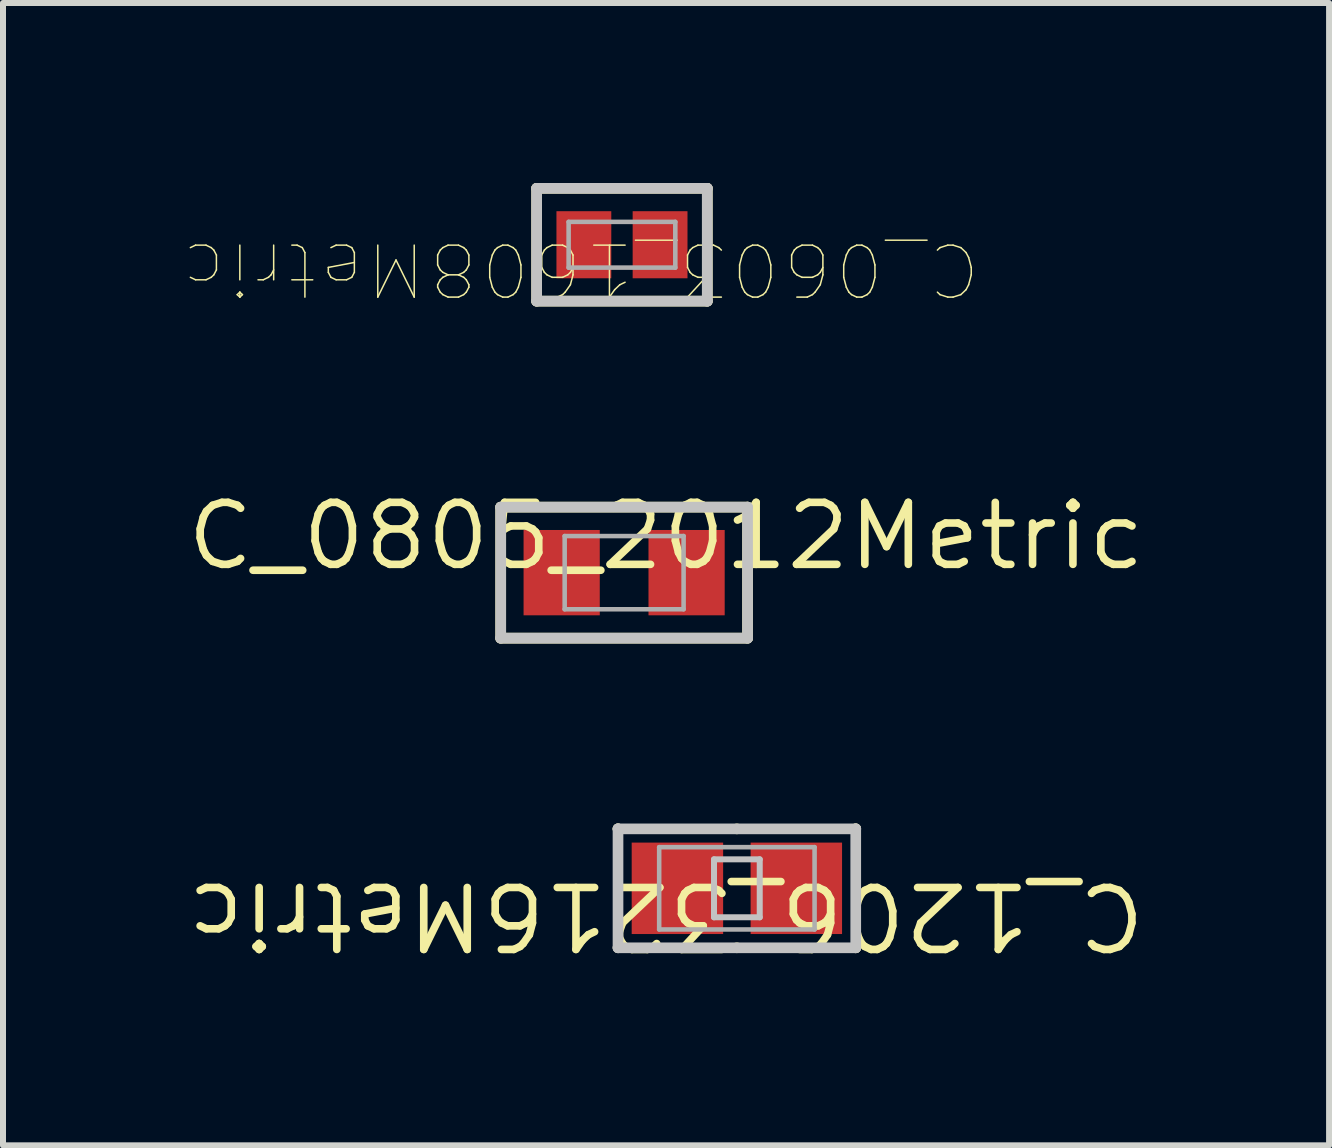
<source format=kicad_pcb>
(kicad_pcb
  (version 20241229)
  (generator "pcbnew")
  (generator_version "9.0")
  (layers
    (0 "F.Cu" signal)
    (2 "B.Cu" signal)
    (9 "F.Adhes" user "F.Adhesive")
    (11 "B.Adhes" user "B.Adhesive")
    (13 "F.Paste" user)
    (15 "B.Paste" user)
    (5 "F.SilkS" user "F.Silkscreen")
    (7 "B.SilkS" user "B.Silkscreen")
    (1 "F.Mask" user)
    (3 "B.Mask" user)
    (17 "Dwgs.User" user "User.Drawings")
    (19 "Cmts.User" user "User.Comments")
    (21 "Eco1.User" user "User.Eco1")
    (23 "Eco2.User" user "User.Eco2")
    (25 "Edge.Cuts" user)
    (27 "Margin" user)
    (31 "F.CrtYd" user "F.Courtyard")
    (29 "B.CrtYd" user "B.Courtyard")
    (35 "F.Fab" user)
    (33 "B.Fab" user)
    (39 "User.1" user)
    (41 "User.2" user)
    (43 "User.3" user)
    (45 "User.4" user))
  (footprint "C_0603_1608Metric"
    (layer "F.Cu")
    (at 7.316 1.029)
    (property "Reference" "C_0603_1608Metric" (at -0.686 0.406 180) (unlocked yes) (layer "F.SilkS") (effects (font (size 0.866 0.911) (thickness 0.025))))
    (attr smd)
    (fp_line (start -1.422 -0.94) (end 1.422 -0.94) (stroke (width 0.178) (type solid)) (layer "F.SilkS"))
    (fp_line (start -1.422 0.94) (end -1.422 -0.94) (stroke (width 0.178) (type solid)) (layer "F.SilkS"))
    (fp_line (start -1.422 0.94) (end 1.422 0.94) (stroke (width 0.178) (type solid)) (layer "F.SilkS"))
    (fp_line (start 1.422 0.94) (end 1.422 -0.94) (stroke (width 0.178) (type solid)) (layer "F.SilkS"))
    (fp_line (start -1.422 -0.94) (end 1.422 -0.94) (stroke (width 0.178) (type solid)) (layer "Dwgs.User"))
    (fp_line (start -1.422 0.94) (end -1.422 -0.94) (stroke (width 0.178) (type solid)) (layer "Dwgs.User"))
    (fp_line (start -1.422 0.94) (end 1.422 0.94) (stroke (width 0.178) (type solid)) (layer "Dwgs.User"))
    (fp_line (start 1.422 0.94) (end 1.422 -0.94) (stroke (width 0.178) (type solid)) (layer "Dwgs.User"))
    (fp_line (start -0.889 -0.381) (end 0.889 -0.381) (stroke (width 0.076) (type solid)) (layer "F.Fab"))
    (fp_line (start -0.889 0.381) (end -0.889 -0.381) (stroke (width 0.076) (type solid)) (layer "F.Fab"))
    (fp_line (start -0.889 0.381) (end 0.889 0.381) (stroke (width 0.076) (type solid)) (layer "F.Fab"))
    (fp_line (start 0.889 0.381) (end 0.889 -0.381) (stroke (width 0.076) (type solid)) (layer "F.Fab"))
    (pad "1" smd rect (at -0.635 0) (size 0.914 1.118) (layers "F.Cu" "F.Mask" "F.Paste"))
    (pad "2" smd rect (at 0.635 0) (size 0.914 1.118) (layers "F.Cu" "F.Mask" "F.Paste")))
  (footprint "C_0805_2012Metric"
    (layer "F.Cu")
    (at 7.352 6.494)
    (property "Reference" "C_0805_2012Metric" (at 0.699 -0.61 0) (unlocked yes) (layer "F.SilkS") (effects (font (size 1.033 1.087) (thickness 0.127))))
    (attr smd)
    (fp_line (start -2.057 -1.092) (end 2.057 -1.092) (stroke (width 0.178) (type solid)) (layer "F.SilkS"))
    (fp_line (start -2.057 1.092) (end -2.057 -1.092) (stroke (width 0.178) (type solid)) (layer "F.SilkS"))
    (fp_line (start -2.057 1.092) (end 2.057 1.092) (stroke (width 0.178) (type solid)) (layer "F.SilkS"))
    (fp_line (start 2.057 1.092) (end 2.057 -1.092) (stroke (width 0.178) (type solid)) (layer "F.SilkS"))
    (fp_line (start -2.057 -1.092) (end 2.057 -1.092) (stroke (width 0.178) (type solid)) (layer "Dwgs.User"))
    (fp_line (start -2.057 1.092) (end -2.057 -1.092) (stroke (width 0.178) (type solid)) (layer "Dwgs.User"))
    (fp_line (start -2.057 1.092) (end 2.057 1.092) (stroke (width 0.178) (type solid)) (layer "Dwgs.User"))
    (fp_line (start 2.057 1.092) (end 2.057 -1.092) (stroke (width 0.178) (type solid)) (layer "Dwgs.User"))
    (fp_line (start -0.991 -0.61) (end 0.991 -0.61) (stroke (width 0.076) (type solid)) (layer "F.Fab"))
    (fp_line (start -0.991 0.61) (end -0.991 -0.61) (stroke (width 0.076) (type solid)) (layer "F.Fab"))
    (fp_line (start -0.991 0.61) (end 0.991 0.61) (stroke (width 0.076) (type solid)) (layer "F.Fab"))
    (fp_line (start 0.991 0.61) (end 0.991 -0.61) (stroke (width 0.076) (type solid)) (layer "F.Fab"))
    (pad "1" smd rect (at -1.041 0) (size 1.27 1.422) (layers "F.Cu" "F.Mask" "F.Paste"))
    (pad "2" smd rect (at 1.041 0) (size 1.27 1.422) (layers "F.Cu" "F.Mask" "F.Paste")))
  (footprint "C_1206_3216Metric"
    (layer "F.Cu")
    (at 9.231 11.755)
    (property "Reference" "C_1206_3216Metric" (at -1.181 0.457 180) (unlocked yes) (layer "F.SilkS") (effects (font (size 1.033 1.087) (thickness 0.127))))
    (attr smd)
    (fp_line (start -1.981 -0.991) (end -1.981 -0.991) (stroke (width 0.178) (type solid)) (layer "F.SilkS"))
    (fp_line (start -1.981 -0.991) (end -1.981 -0.991) (stroke (width 0.178) (type solid)) (layer "F.SilkS"))
    (fp_line (start -1.981 0.991) (end -1.981 0.991) (stroke (width 0.178) (type solid)) (layer "F.SilkS"))
    (fp_line (start 0 -0.991) (end 0 -0.991) (stroke (width 0.178) (type solid)) (layer "F.SilkS"))
    (fp_line (start 0 0.991) (end 0 0.991) (stroke (width 0.178) (type solid)) (layer "F.SilkS"))
    (fp_line (start 1.981 -0.991) (end 1.981 -0.991) (stroke (width 0.178) (type solid)) (layer "F.SilkS"))
    (fp_line (start 1.981 -0.991) (end 1.981 -0.991) (stroke (width 0.178) (type solid)) (layer "F.SilkS"))
    (fp_line (start 1.981 0.991) (end 1.981 0.991) (stroke (width 0.178) (type solid)) (layer "F.SilkS"))
    (fp_line (start 1.981 0.991) (end 1.981 0.991) (stroke (width 0.178) (type solid)) (layer "F.SilkS"))
    (fp_line (start -1.981 -0.991) (end 1.981 -0.991) (stroke (width 0.178) (type solid)) (layer "Dwgs.User"))
    (fp_line (start -1.981 0.991) (end -1.981 -0.991) (stroke (width 0.178) (type solid)) (layer "Dwgs.User"))
    (fp_line (start -1.981 0.991) (end 1.981 0.991) (stroke (width 0.178) (type solid)) (layer "Dwgs.User"))
    (fp_line (start -0.381 -0.483) (end 0.381 -0.483) (stroke (width 0.1) (type solid)) (layer "Dwgs.User"))
    (fp_line (start -0.381 0.483) (end -0.381 -0.483) (stroke (width 0.1) (type solid)) (layer "Dwgs.User"))
    (fp_line (start -0.381 0.483) (end 0.381 0.483) (stroke (width 0.1) (type solid)) (layer "Dwgs.User"))
    (fp_line (start 0.381 0.483) (end 0.381 -0.483) (stroke (width 0.1) (type solid)) (layer "Dwgs.User"))
    (fp_line (start 1.981 0.991) (end 1.981 -0.991) (stroke (width 0.178) (type solid)) (layer "Dwgs.User"))
    (fp_line (start -1.295 -0.686) (end 1.295 -0.686) (stroke (width 0.076) (type solid)) (layer "F.Fab"))
    (fp_line (start -1.295 0.686) (end -1.295 -0.686) (stroke (width 0.076) (type solid)) (layer "F.Fab"))
    (fp_line (start -1.295 0.686) (end 1.295 0.686) (stroke (width 0.076) (type solid)) (layer "F.Fab"))
    (fp_line (start 1.295 0.686) (end 1.295 -0.686) (stroke (width 0.076) (type solid)) (layer "F.Fab"))
    (pad "1" smd rect (at -0.991 0) (size 1.524 1.524) (layers "F.Cu" "F.Mask" "F.Paste"))
    (pad "2" smd rect (at 0.991 0) (size 1.524 1.524) (layers "F.Cu" "F.Mask" "F.Paste")))
  (gr_rect
    (start -3 -3)
    (end 19.101 16.039)
    (stroke (width 0.1) (type default))
    (fill no)
    (layer "Edge.Cuts")))
</source>
